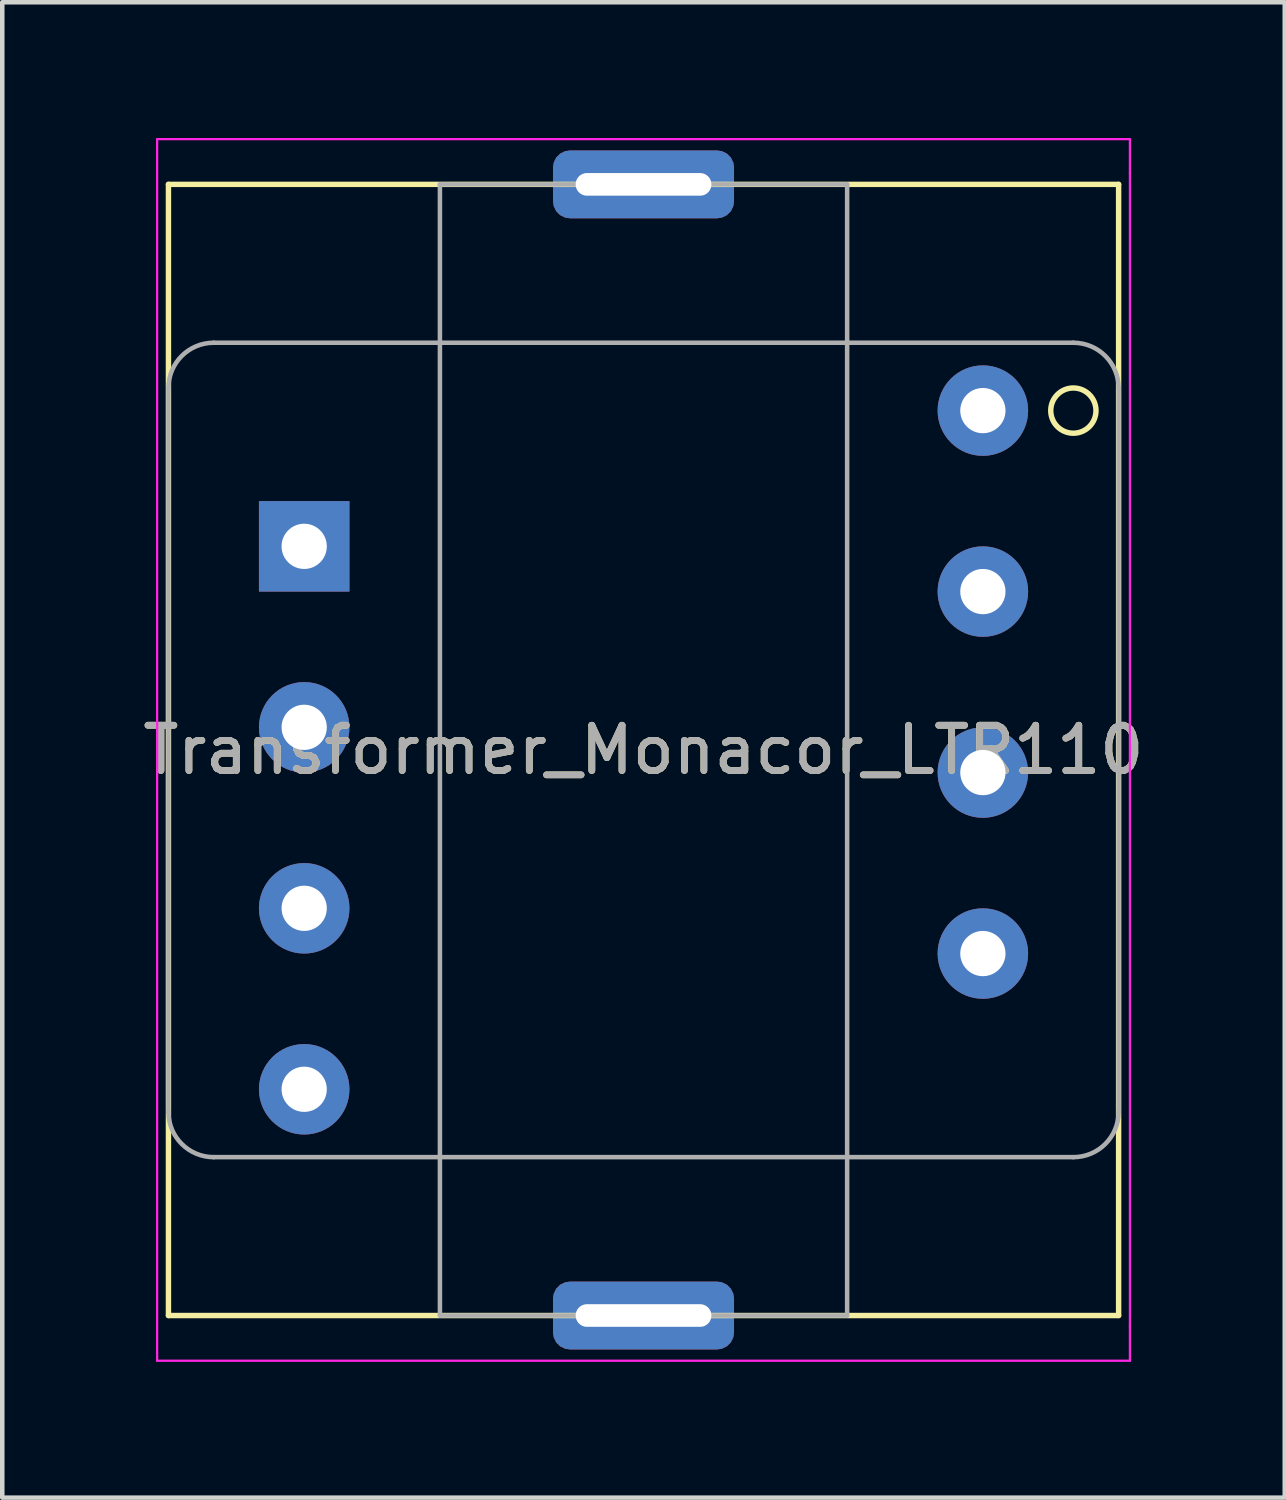
<source format=kicad_pcb>
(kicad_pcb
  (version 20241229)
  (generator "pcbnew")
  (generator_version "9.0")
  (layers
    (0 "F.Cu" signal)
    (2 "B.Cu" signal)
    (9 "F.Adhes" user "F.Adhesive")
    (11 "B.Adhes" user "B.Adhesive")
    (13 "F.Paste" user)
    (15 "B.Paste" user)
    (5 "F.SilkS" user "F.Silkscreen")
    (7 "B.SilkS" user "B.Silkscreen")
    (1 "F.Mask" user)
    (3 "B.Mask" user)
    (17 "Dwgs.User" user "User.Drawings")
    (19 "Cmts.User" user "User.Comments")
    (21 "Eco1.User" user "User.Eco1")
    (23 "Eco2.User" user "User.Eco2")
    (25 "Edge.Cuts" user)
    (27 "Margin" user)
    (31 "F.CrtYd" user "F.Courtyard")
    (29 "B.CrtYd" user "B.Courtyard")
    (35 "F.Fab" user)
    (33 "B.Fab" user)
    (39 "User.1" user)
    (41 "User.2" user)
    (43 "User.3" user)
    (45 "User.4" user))
  (footprint "Transformer_Monacor_LTR110"
    (layer "F.Cu")
    (at 3.673 9.025)
    (property "Reference" "Transformer_Monacor_LTR110" (at 7.5 4.5 0) (layer "F.SilkS") (effects (font (size 1 1) (thickness 0.15))))
    (attr through_hole)
    (fp_line (start -3 -8) (end -3 17) (stroke (width 0.12) (type solid)) (layer "F.SilkS"))
    (fp_line (start -3 17) (end 18 17) (stroke (width 0.12) (type solid)) (layer "F.SilkS"))
    (fp_line (start 18 -8) (end -3 -8) (stroke (width 0.12) (type solid)) (layer "F.SilkS"))
    (fp_line (start 18 17) (end 18 -8) (stroke (width 0.12) (type solid)) (layer "F.SilkS"))
    (fp_circle (center 17 -3) (end 17 -3.5) (stroke (width 0.12) (type solid)) (fill no) (layer "F.SilkS"))
    (fp_line (start -3.25 -9) (end 18.25 -9) (stroke (width 0.05) (type solid)) (layer "F.CrtYd"))
    (fp_line (start -3.25 18) (end -3.25 -9) (stroke (width 0.05) (type solid)) (layer "F.CrtYd"))
    (fp_line (start 18.25 -9) (end 18.25 -8.25) (stroke (width 0.05) (type solid)) (layer "F.CrtYd"))
    (fp_line (start 18.25 -8.25) (end 18.25 17.25) (stroke (width 0.05) (type solid)) (layer "F.CrtYd"))
    (fp_line (start 18.25 17.25) (end 18.25 18) (stroke (width 0.05) (type solid)) (layer "F.CrtYd"))
    (fp_line (start 18.25 18) (end -3.25 18) (stroke (width 0.05) (type solid)) (layer "F.CrtYd"))
    (fp_line (start -3 -3.5) (end -3 12.5) (stroke (width 0.1) (type solid)) (layer "F.Fab"))
    (fp_line (start -2 -4.5) (end 17 -4.5) (stroke (width 0.1) (type solid)) (layer "F.Fab"))
    (fp_line (start -2 13.5) (end 17 13.5) (stroke (width 0.1) (type solid)) (layer "F.Fab"))
    (fp_line (start 3 -8) (end 3 17) (stroke (width 0.1) (type solid)) (layer "F.Fab"))
    (fp_line (start 3 17) (end 12 17) (stroke (width 0.1) (type solid)) (layer "F.Fab"))
    (fp_line (start 12 -8) (end 3 -8) (stroke (width 0.1) (type solid)) (layer "F.Fab"))
    (fp_line (start 12 17) (end 12 -8) (stroke (width 0.1) (type solid)) (layer "F.Fab"))
    (fp_line (start 18 -3.5) (end 18 12.5) (stroke (width 0.1) (type solid)) (layer "F.Fab"))
    (fp_arc (start -3 -3.5) (mid -2.707107 -4.207107) (end -2 -4.5) (stroke (width 0.1) (type solid)) (layer "F.Fab"))
    (fp_arc (start -2 13.5) (mid -2.707107 13.207107) (end -3 12.5) (stroke (width 0.1) (type solid)) (layer "F.Fab"))
    (fp_arc (start 17 -4.5) (mid 17.707107 -4.207107) (end 18 -3.5) (stroke (width 0.1) (type solid)) (layer "F.Fab"))
    (fp_arc (start 18 12.5) (mid 17.707107 13.207107) (end 17 13.5) (stroke (width 0.1) (type solid)) (layer "F.Fab"))
    (fp_text user "${REFERENCE}" (at 7.5 4.5 0) (layer "F.Fab") (effects (font (size 1 1) (thickness 0.15))))
    (pad "" thru_hole roundrect (at 7.5 -8) (size 4 1.5) (drill oval 3 0.5) (layers "*.Cu" "*.Mask") (roundrect_rratio 0.25))
    (pad "" thru_hole roundrect (at 7.5 17) (size 4 1.5) (drill oval 3 0.5) (layers "*.Cu" "*.Mask") (roundrect_rratio 0.25))
    (pad "1" thru_hole rect (at 0 0) (size 2 2) (drill 1) (layers "*.Cu" "*.Mask"))
    (pad "2" thru_hole circle (at 15 -3) (size 2 2) (drill 1) (layers "*.Cu" "*.Mask"))
    (pad "3" thru_hole circle (at 15 1) (size 2 2) (drill 1) (layers "*.Cu" "*.Mask"))
    (pad "4" thru_hole circle (at 15 5) (size 2 2) (drill 1) (layers "*.Cu" "*.Mask"))
    (pad "5" thru_hole circle (at 15 9) (size 2 2) (drill 1) (layers "*.Cu" "*.Mask"))
    (pad "6" thru_hole circle (at 0 12) (size 2 2) (drill 1) (layers "*.Cu" "*.Mask"))
    (pad "7" thru_hole circle (at 0 8) (size 2 2) (drill 1) (layers "*.Cu" "*.Mask"))
    (pad "8" thru_hole circle (at 0 4) (size 2 2) (drill 1) (layers "*.Cu" "*.Mask")))
  (gr_rect
    (start -3 -3)
    (end 25.345 30.05)
    (stroke (width 0.1) (type default))
    (fill no)
    (layer "Edge.Cuts")))
</source>
